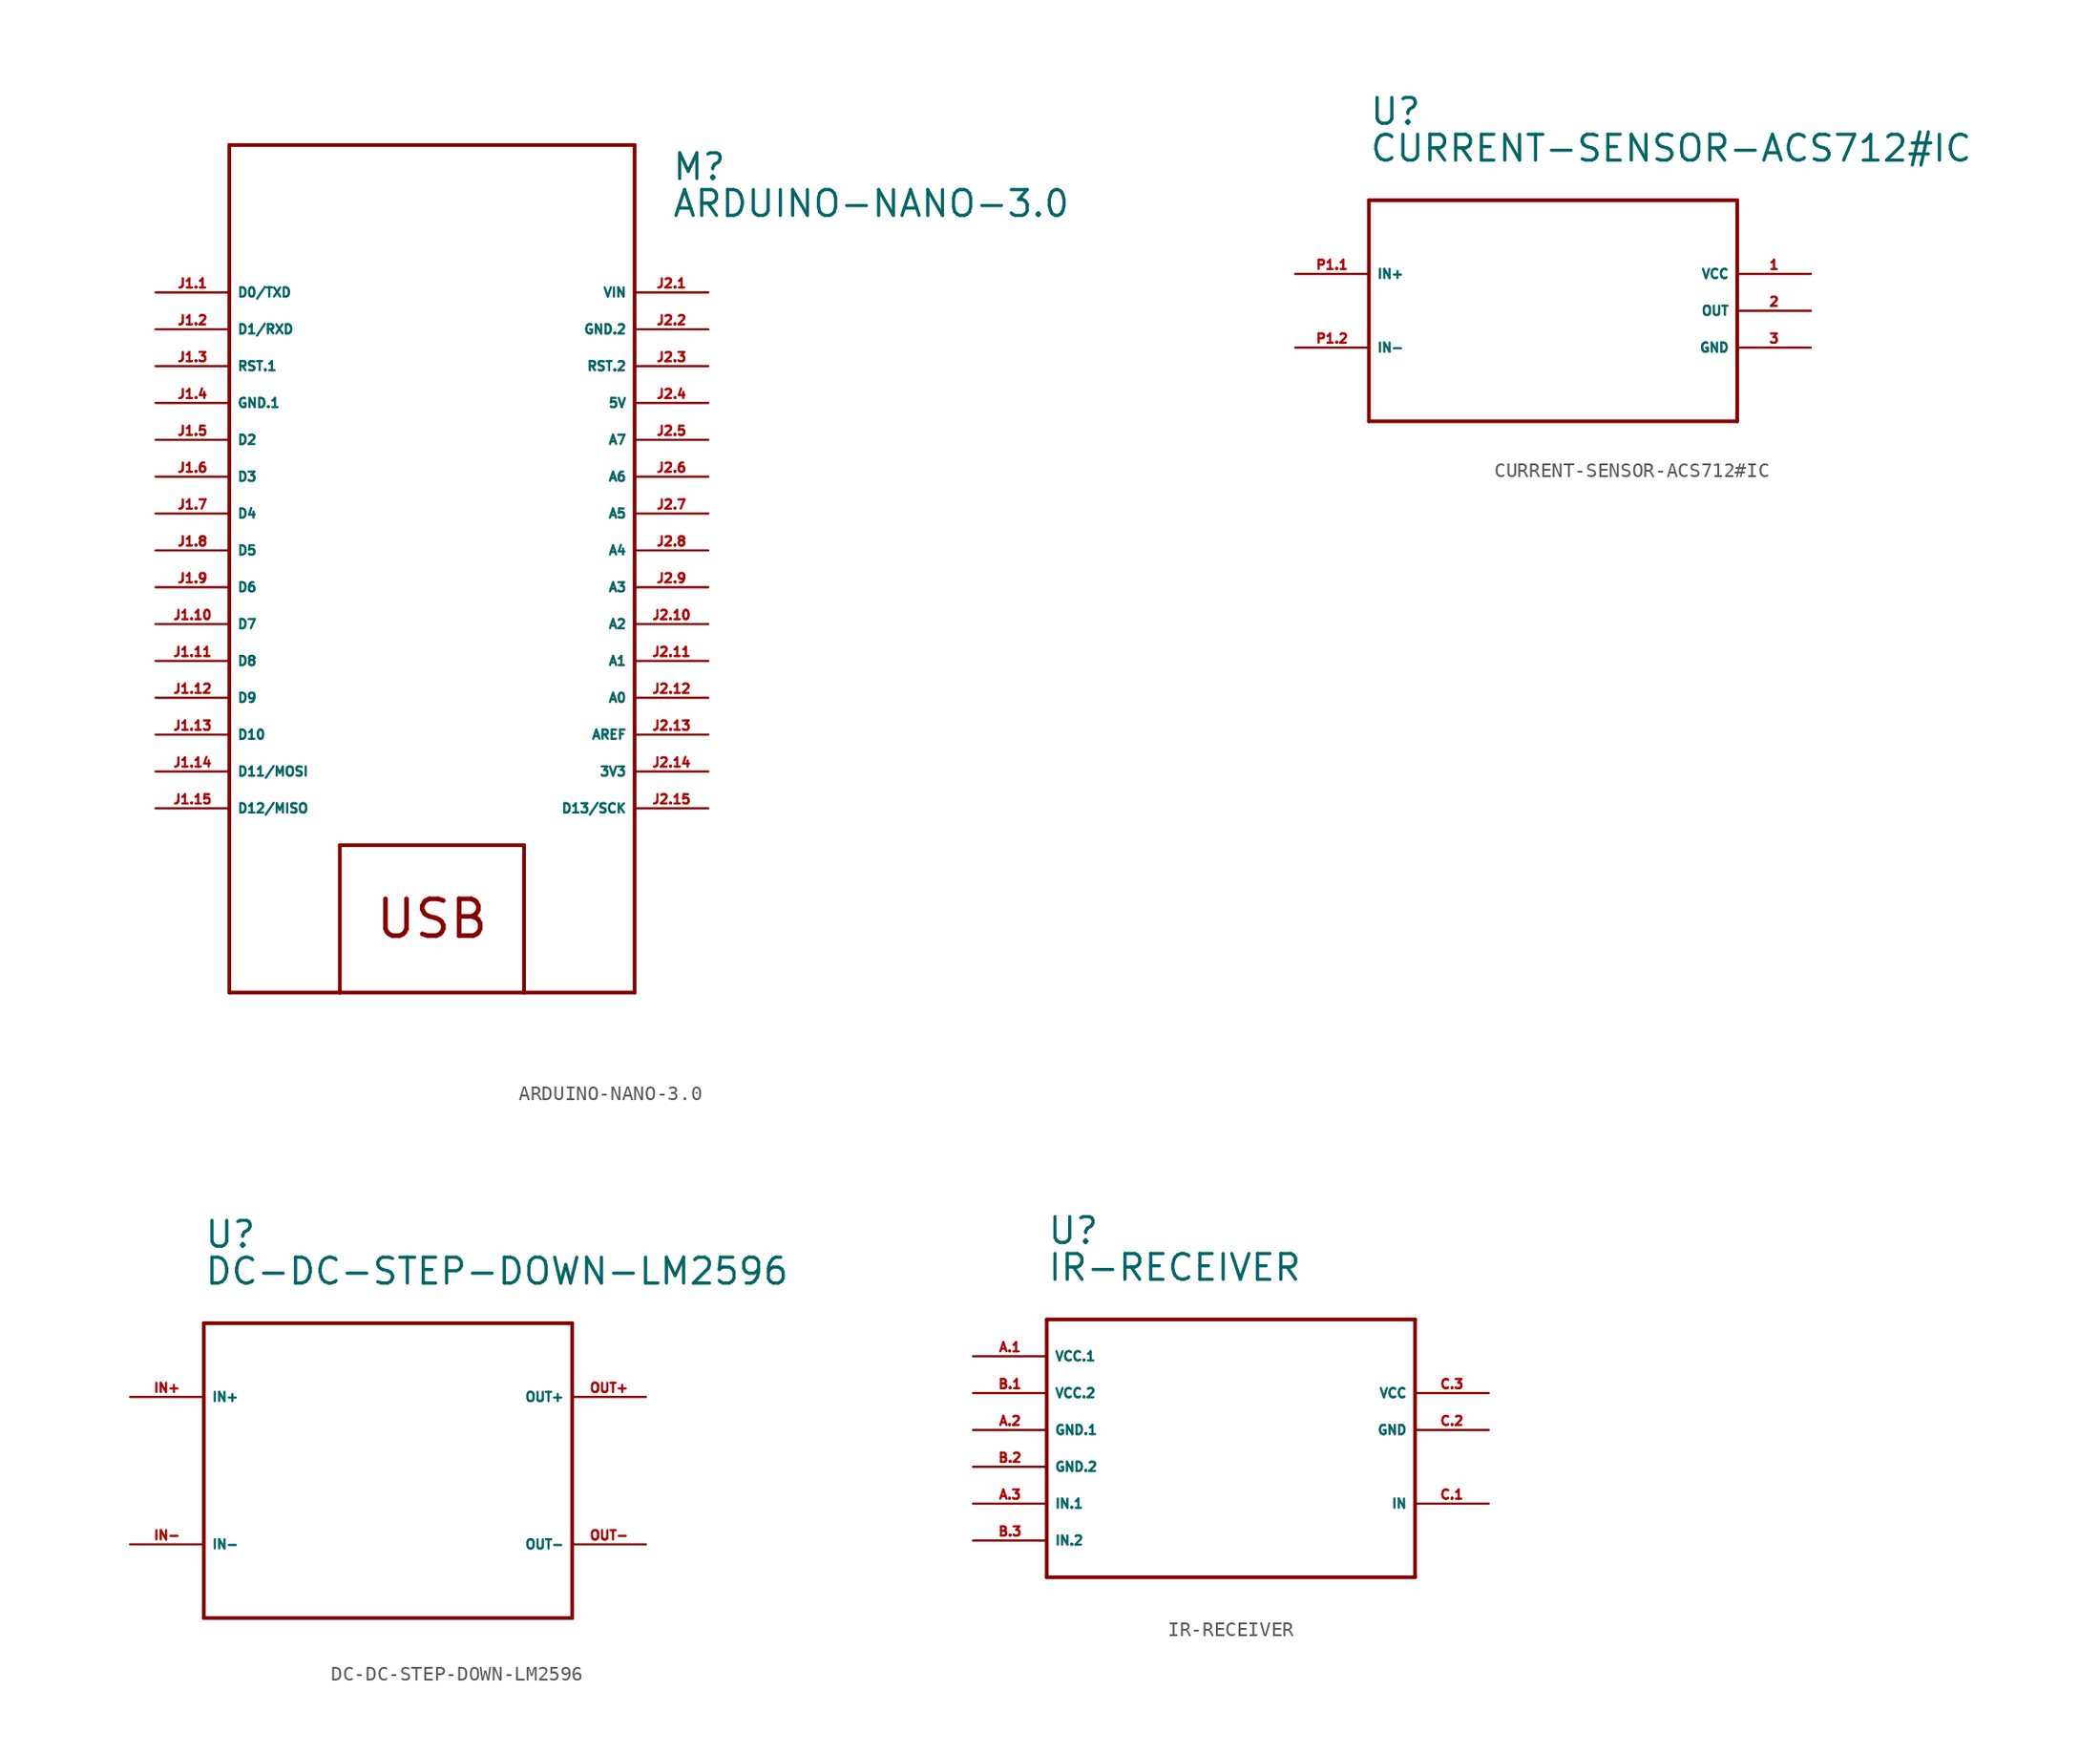
<source format=kicad_sym>
(kicad_symbol_lib
  (version 20220914)
  (generator Eagle2Kicad)
  (symbol "ARDUINO-NANO-3.0"
    (property "Reference" "M"
      (at 15.24 25.4 0)
      (effects (font (size 1.778 1.778) (thickness 0.22)) (justify left bottom)))
    (property "Value" "ARDUINO-NANO-3.0"
      (at 15.24 22.86 0)
      (effects (font (size 1.778 1.778) (thickness 0.22)) (justify left bottom)))
    (polyline
      (pts (xy -15.24 27.94) (xy 12.7 27.94))
      (stroke (width 0.254) (type default))
      (fill (type none)))
    (polyline
      (pts (xy 12.7 27.94) (xy 12.7 -30.48))
      (stroke (width 0.254) (type default))
      (fill (type none)))
    (polyline
      (pts (xy 12.7 -30.48) (xy 5.08 -30.48))
      (stroke (width 0.254) (type default))
      (fill (type none)))
    (polyline
      (pts (xy 5.08 -30.48) (xy -7.62 -30.48))
      (stroke (width 0.254) (type default))
      (fill (type none)))
    (polyline
      (pts (xy -7.62 -30.48) (xy -15.24 -30.48))
      (stroke (width 0.254) (type default))
      (fill (type none)))
    (polyline
      (pts (xy -15.24 -30.48) (xy -15.24 27.94))
      (stroke (width 0.254) (type default))
      (fill (type none)))
    (polyline
      (pts (xy -7.62 -30.48) (xy -7.62 -20.32))
      (stroke (width 0.254) (type default))
      (fill (type none)))
    (polyline
      (pts (xy -7.62 -20.32) (xy 5.08 -20.32))
      (stroke (width 0.254) (type default))
      (fill (type none)))
    (polyline
      (pts (xy 5.08 -20.32) (xy 5.08 -30.48))
      (stroke (width 0.254) (type default))
      (fill (type none)))
    (text "USB"
      (at -1.27 -25.4 0)
      (effects (font (size 2.54 2.54) (thickness 0.32))))
    (pin bidirectional line
      (at -20.32 17.78 0)
      (length 5.08)
      (name "D0/TXD" (effects (font (size 0.635 0.635) (thickness 0.08)) (justify left bottom)))
      (number "J1.1" (effects (font (size 0.635 0.635) (thickness 0.08)) (justify left bottom))))
    (pin bidirectional line
      (at -20.32 15.24 0)
      (length 5.08)
      (name "D1/RXD" (effects (font (size 0.635 0.635) (thickness 0.08)) (justify left bottom)))
      (number "J1.2" (effects (font (size 0.635 0.635) (thickness 0.08)) (justify left bottom))))
    (pin bidirectional line
      (at -20.32 12.7 0)
      (length 5.08)
      (name "RST.1" (effects (font (size 0.635 0.635) (thickness 0.08)) (justify left bottom)))
      (number "J1.3" (effects (font (size 0.635 0.635) (thickness 0.08)) (justify left bottom))))
    (pin unspecified line
      (at -20.32 10.16 0)
      (length 5.08)
      (name "GND.1" (effects (font (size 0.635 0.635) (thickness 0.08)) (justify left bottom)))
      (number "J1.4" (effects (font (size 0.635 0.635) (thickness 0.08)) (justify left bottom))))
    (pin bidirectional line
      (at -20.32 7.62 0)
      (length 5.08)
      (name "D2" (effects (font (size 0.635 0.635) (thickness 0.08)) (justify left bottom)))
      (number "J1.5" (effects (font (size 0.635 0.635) (thickness 0.08)) (justify left bottom))))
    (pin bidirectional line
      (at -20.32 5.08 0)
      (length 5.08)
      (name "D3" (effects (font (size 0.635 0.635) (thickness 0.08)) (justify left bottom)))
      (number "J1.6" (effects (font (size 0.635 0.635) (thickness 0.08)) (justify left bottom))))
    (pin bidirectional line
      (at -20.32 2.54 0)
      (length 5.08)
      (name "D4" (effects (font (size 0.635 0.635) (thickness 0.08)) (justify left bottom)))
      (number "J1.7" (effects (font (size 0.635 0.635) (thickness 0.08)) (justify left bottom))))
    (pin bidirectional line
      (at -20.32 0 0)
      (length 5.08)
      (name "D5" (effects (font (size 0.635 0.635) (thickness 0.08)) (justify left bottom)))
      (number "J1.8" (effects (font (size 0.635 0.635) (thickness 0.08)) (justify left bottom))))
    (pin bidirectional line
      (at -20.32 -2.54 0)
      (length 5.08)
      (name "D6" (effects (font (size 0.635 0.635) (thickness 0.08)) (justify left bottom)))
      (number "J1.9" (effects (font (size 0.635 0.635) (thickness 0.08)) (justify left bottom))))
    (pin bidirectional line
      (at -20.32 -5.08 0)
      (length 5.08)
      (name "D7" (effects (font (size 0.635 0.635) (thickness 0.08)) (justify left bottom)))
      (number "J1.10" (effects (font (size 0.635 0.635) (thickness 0.08)) (justify left bottom))))
    (pin bidirectional line
      (at -20.32 -7.62 0)
      (length 5.08)
      (name "D8" (effects (font (size 0.635 0.635) (thickness 0.08)) (justify left bottom)))
      (number "J1.11" (effects (font (size 0.635 0.635) (thickness 0.08)) (justify left bottom))))
    (pin bidirectional line
      (at -20.32 -10.16 0)
      (length 5.08)
      (name "D9" (effects (font (size 0.635 0.635) (thickness 0.08)) (justify left bottom)))
      (number "J1.12" (effects (font (size 0.635 0.635) (thickness 0.08)) (justify left bottom))))
    (pin bidirectional line
      (at -20.32 -12.7 0)
      (length 5.08)
      (name "D10" (effects (font (size 0.635 0.635) (thickness 0.08)) (justify left bottom)))
      (number "J1.13" (effects (font (size 0.635 0.635) (thickness 0.08)) (justify left bottom))))
    (pin bidirectional line
      (at -20.32 -15.24 0)
      (length 5.08)
      (name "D11/MOSI" (effects (font (size 0.635 0.635) (thickness 0.08)) (justify left bottom)))
      (number "J1.14" (effects (font (size 0.635 0.635) (thickness 0.08)) (justify left bottom))))
    (pin bidirectional line
      (at -20.32 -17.78 0)
      (length 5.08)
      (name "D12/MISO" (effects (font (size 0.635 0.635) (thickness 0.08)) (justify left bottom)))
      (number "J1.15" (effects (font (size 0.635 0.635) (thickness 0.08)) (justify left bottom))))
    (pin unspecified line
      (at 17.78 17.78 180)
      (length 5.08)
      (name "VIN" (effects (font (size 0.635 0.635) (thickness 0.08)) (justify left bottom)))
      (number "J2.1" (effects (font (size 0.635 0.635) (thickness 0.08)) (justify left bottom))))
    (pin unspecified line
      (at 17.78 15.24 180)
      (length 5.08)
      (name "GND.2" (effects (font (size 0.635 0.635) (thickness 0.08)) (justify left bottom)))
      (number "J2.2" (effects (font (size 0.635 0.635) (thickness 0.08)) (justify left bottom))))
    (pin bidirectional line
      (at 17.78 12.7 180)
      (length 5.08)
      (name "RST.2" (effects (font (size 0.635 0.635) (thickness 0.08)) (justify left bottom)))
      (number "J2.3" (effects (font (size 0.635 0.635) (thickness 0.08)) (justify left bottom))))
    (pin unspecified line
      (at 17.78 10.16 180)
      (length 5.08)
      (name "5V" (effects (font (size 0.635 0.635) (thickness 0.08)) (justify left bottom)))
      (number "J2.4" (effects (font (size 0.635 0.635) (thickness 0.08)) (justify left bottom))))
    (pin bidirectional line
      (at 17.78 7.62 180)
      (length 5.08)
      (name "A7" (effects (font (size 0.635 0.635) (thickness 0.08)) (justify left bottom)))
      (number "J2.5" (effects (font (size 0.635 0.635) (thickness 0.08)) (justify left bottom))))
    (pin bidirectional line
      (at 17.78 5.08 180)
      (length 5.08)
      (name "A6" (effects (font (size 0.635 0.635) (thickness 0.08)) (justify left bottom)))
      (number "J2.6" (effects (font (size 0.635 0.635) (thickness 0.08)) (justify left bottom))))
    (pin bidirectional line
      (at 17.78 2.54 180)
      (length 5.08)
      (name "A5" (effects (font (size 0.635 0.635) (thickness 0.08)) (justify left bottom)))
      (number "J2.7" (effects (font (size 0.635 0.635) (thickness 0.08)) (justify left bottom))))
    (pin bidirectional line
      (at 17.78 0 180)
      (length 5.08)
      (name "A4" (effects (font (size 0.635 0.635) (thickness 0.08)) (justify left bottom)))
      (number "J2.8" (effects (font (size 0.635 0.635) (thickness 0.08)) (justify left bottom))))
    (pin bidirectional line
      (at 17.78 -2.54 180)
      (length 5.08)
      (name "A3" (effects (font (size 0.635 0.635) (thickness 0.08)) (justify left bottom)))
      (number "J2.9" (effects (font (size 0.635 0.635) (thickness 0.08)) (justify left bottom))))
    (pin bidirectional line
      (at 17.78 -5.08 180)
      (length 5.08)
      (name "A2" (effects (font (size 0.635 0.635) (thickness 0.08)) (justify left bottom)))
      (number "J2.10" (effects (font (size 0.635 0.635) (thickness 0.08)) (justify left bottom))))
    (pin bidirectional line
      (at 17.78 -7.62 180)
      (length 5.08)
      (name "A1" (effects (font (size 0.635 0.635) (thickness 0.08)) (justify left bottom)))
      (number "J2.11" (effects (font (size 0.635 0.635) (thickness 0.08)) (justify left bottom))))
    (pin bidirectional line
      (at 17.78 -10.16 180)
      (length 5.08)
      (name "A0" (effects (font (size 0.635 0.635) (thickness 0.08)) (justify left bottom)))
      (number "J2.12" (effects (font (size 0.635 0.635) (thickness 0.08)) (justify left bottom))))
    (pin bidirectional line
      (at 17.78 -12.7 180)
      (length 5.08)
      (name "AREF" (effects (font (size 0.635 0.635) (thickness 0.08)) (justify left bottom)))
      (number "J2.13" (effects (font (size 0.635 0.635) (thickness 0.08)) (justify left bottom))))
    (pin unspecified line
      (at 17.78 -15.24 180)
      (length 5.08)
      (name "3V3" (effects (font (size 0.635 0.635) (thickness 0.08)) (justify left bottom)))
      (number "J2.14" (effects (font (size 0.635 0.635) (thickness 0.08)) (justify left bottom))))
    (pin bidirectional line
      (at 17.78 -17.78 180)
      (length 5.08)
      (name "D13/SCK" (effects (font (size 0.635 0.635) (thickness 0.08)) (justify left bottom)))
      (number "J2.15" (effects (font (size 0.635 0.635) (thickness 0.08)) (justify left bottom)))))
  (symbol "CURRENT-SENSOR-ACS712#IC"
    (property "Reference" "U"
      (at -12.7 12.7 0)
      (effects (font (size 1.778 1.778) (thickness 0.22)) (justify left bottom)))
    (property "Value" "CURRENT-SENSOR-ACS712#IC"
      (at -12.7 10.16 0)
      (effects (font (size 1.778 1.778) (thickness 0.22)) (justify left bottom)))
    (polyline
      (pts (xy -12.7 7.62) (xy -12.7 -7.62))
      (stroke (width 0.254) (type default))
      (fill (type none)))
    (polyline
      (pts (xy -12.7 7.62) (xy 12.7 7.62))
      (stroke (width 0.254) (type default))
      (fill (type none)))
    (polyline
      (pts (xy 12.7 7.62) (xy 12.7 -7.62))
      (stroke (width 0.254) (type default))
      (fill (type none)))
    (polyline
      (pts (xy 12.7 -7.62) (xy -12.7 -7.62))
      (stroke (width 0.254) (type default))
      (fill (type none)))
    (pin unspecified line
      (at 17.78 2.54 180)
      (length 5.08)
      (name "VCC" (effects (font (size 0.635 0.635) (thickness 0.08)) (justify left bottom)))
      (number "1" (effects (font (size 0.635 0.635) (thickness 0.08)) (justify left bottom))))
    (pin output line
      (at 17.78 0 180)
      (length 5.08)
      (name "OUT" (effects (font (size 0.635 0.635) (thickness 0.08)) (justify left bottom)))
      (number "2" (effects (font (size 0.635 0.635) (thickness 0.08)) (justify left bottom))))
    (pin unspecified line
      (at 17.78 -2.54 180)
      (length 5.08)
      (name "GND" (effects (font (size 0.635 0.635) (thickness 0.08)) (justify left bottom)))
      (number "3" (effects (font (size 0.635 0.635) (thickness 0.08)) (justify left bottom))))
    (pin bidirectional line
      (at -17.78 2.54 0)
      (length 5.08)
      (name "IN+" (effects (font (size 0.635 0.635) (thickness 0.08)) (justify left bottom)))
      (number "P1.1" (effects (font (size 0.635 0.635) (thickness 0.08)) (justify left bottom))))
    (pin bidirectional line
      (at -17.78 -2.54 0)
      (length 5.08)
      (name "IN-" (effects (font (size 0.635 0.635) (thickness 0.08)) (justify left bottom)))
      (number "P1.2" (effects (font (size 0.635 0.635) (thickness 0.08)) (justify left bottom)))))
  (symbol "DC-DC-STEP-DOWN-LM2596"
    (property "Reference" "U"
      (at -12.7 15.24 0)
      (effects (font (size 1.778 1.778) (thickness 0.22)) (justify left bottom)))
    (property "Value" "DC-DC-STEP-DOWN-LM2596"
      (at -12.7 12.7 0)
      (effects (font (size 1.778 1.778) (thickness 0.22)) (justify left bottom)))
    (polyline
      (pts (xy -12.7 10.16) (xy 12.7 10.16))
      (stroke (width 0.254) (type default))
      (fill (type none)))
    (polyline
      (pts (xy 12.7 10.16) (xy 12.7 -10.16))
      (stroke (width 0.254) (type default))
      (fill (type none)))
    (polyline
      (pts (xy 12.7 -10.16) (xy -12.7 -10.16))
      (stroke (width 0.254) (type default))
      (fill (type none)))
    (polyline
      (pts (xy -12.7 -10.16) (xy -12.7 10.16))
      (stroke (width 0.254) (type default))
      (fill (type none)))
    (pin bidirectional line
      (at -17.78 5.08 0)
      (length 5.08)
      (name "IN+" (effects (font (size 0.635 0.635) (thickness 0.08)) (justify left bottom)))
      (number "IN+" (effects (font (size 0.635 0.635) (thickness 0.08)) (justify left bottom))))
    (pin bidirectional line
      (at -17.78 -5.08 0)
      (length 5.08)
      (name "IN-" (effects (font (size 0.635 0.635) (thickness 0.08)) (justify left bottom)))
      (number "IN-" (effects (font (size 0.635 0.635) (thickness 0.08)) (justify left bottom))))
    (pin bidirectional line
      (at 17.78 5.08 180)
      (length 5.08)
      (name "OUT+" (effects (font (size 0.635 0.635) (thickness 0.08)) (justify left bottom)))
      (number "OUT+" (effects (font (size 0.635 0.635) (thickness 0.08)) (justify left bottom))))
    (pin bidirectional line
      (at 17.78 -5.08 180)
      (length 5.08)
      (name "OUT-" (effects (font (size 0.635 0.635) (thickness 0.08)) (justify left bottom)))
      (number "OUT-" (effects (font (size 0.635 0.635) (thickness 0.08)) (justify left bottom)))))
  (symbol "IR-RECEIVER"
    (property "Reference" "U"
      (at -12.7 12.7 0)
      (effects (font (size 1.778 1.778) (thickness 0.22)) (justify left bottom)))
    (property "Value" "IR-RECEIVER"
      (at -12.7 10.16 0)
      (effects (font (size 1.778 1.778) (thickness 0.22)) (justify left bottom)))
    (polyline
      (pts (xy -12.7 7.62) (xy 12.7 7.62))
      (stroke (width 0.254) (type default))
      (fill (type none)))
    (polyline
      (pts (xy 12.7 7.62) (xy 12.7 -10.16))
      (stroke (width 0.254) (type default))
      (fill (type none)))
    (polyline
      (pts (xy 12.7 -10.16) (xy -12.7 -10.16))
      (stroke (width 0.254) (type default))
      (fill (type none)))
    (polyline
      (pts (xy -12.7 -10.16) (xy -12.7 7.62))
      (stroke (width 0.254) (type default))
      (fill (type none)))
    (pin bidirectional line
      (at -17.78 5.08 0)
      (length 5.08)
      (name "VCC.1" (effects (font (size 0.635 0.635) (thickness 0.08)) (justify left bottom)))
      (number "A.1" (effects (font (size 0.635 0.635) (thickness 0.08)) (justify left bottom))))
    (pin bidirectional line
      (at -17.78 2.54 0)
      (length 5.08)
      (name "VCC.2" (effects (font (size 0.635 0.635) (thickness 0.08)) (justify left bottom)))
      (number "B.1" (effects (font (size 0.635 0.635) (thickness 0.08)) (justify left bottom))))
    (pin bidirectional line
      (at -17.78 0 0)
      (length 5.08)
      (name "GND.1" (effects (font (size 0.635 0.635) (thickness 0.08)) (justify left bottom)))
      (number "A.2" (effects (font (size 0.635 0.635) (thickness 0.08)) (justify left bottom))))
    (pin bidirectional line
      (at -17.78 -2.54 0)
      (length 5.08)
      (name "GND.2" (effects (font (size 0.635 0.635) (thickness 0.08)) (justify left bottom)))
      (number "B.2" (effects (font (size 0.635 0.635) (thickness 0.08)) (justify left bottom))))
    (pin bidirectional line
      (at -17.78 -5.08 0)
      (length 5.08)
      (name "IN.1" (effects (font (size 0.635 0.635) (thickness 0.08)) (justify left bottom)))
      (number "A.3" (effects (font (size 0.635 0.635) (thickness 0.08)) (justify left bottom))))
    (pin bidirectional line
      (at -17.78 -7.62 0)
      (length 5.08)
      (name "IN.2" (effects (font (size 0.635 0.635) (thickness 0.08)) (justify left bottom)))
      (number "B.3" (effects (font (size 0.635 0.635) (thickness 0.08)) (justify left bottom))))
    (pin bidirectional line
      (at 17.78 2.54 180)
      (length 5.08)
      (name "VCC" (effects (font (size 0.635 0.635) (thickness 0.08)) (justify left bottom)))
      (number "C.3" (effects (font (size 0.635 0.635) (thickness 0.08)) (justify left bottom))))
    (pin bidirectional line
      (at 17.78 0 180)
      (length 5.08)
      (name "GND" (effects (font (size 0.635 0.635) (thickness 0.08)) (justify left bottom)))
      (number "C.2" (effects (font (size 0.635 0.635) (thickness 0.08)) (justify left bottom))))
    (pin bidirectional line
      (at 17.78 -5.08 180)
      (length 5.08)
      (name "IN" (effects (font (size 0.635 0.635) (thickness 0.08)) (justify left bottom)))
      (number "C.1" (effects (font (size 0.635 0.635) (thickness 0.08)) (justify left bottom))))))
</source>
